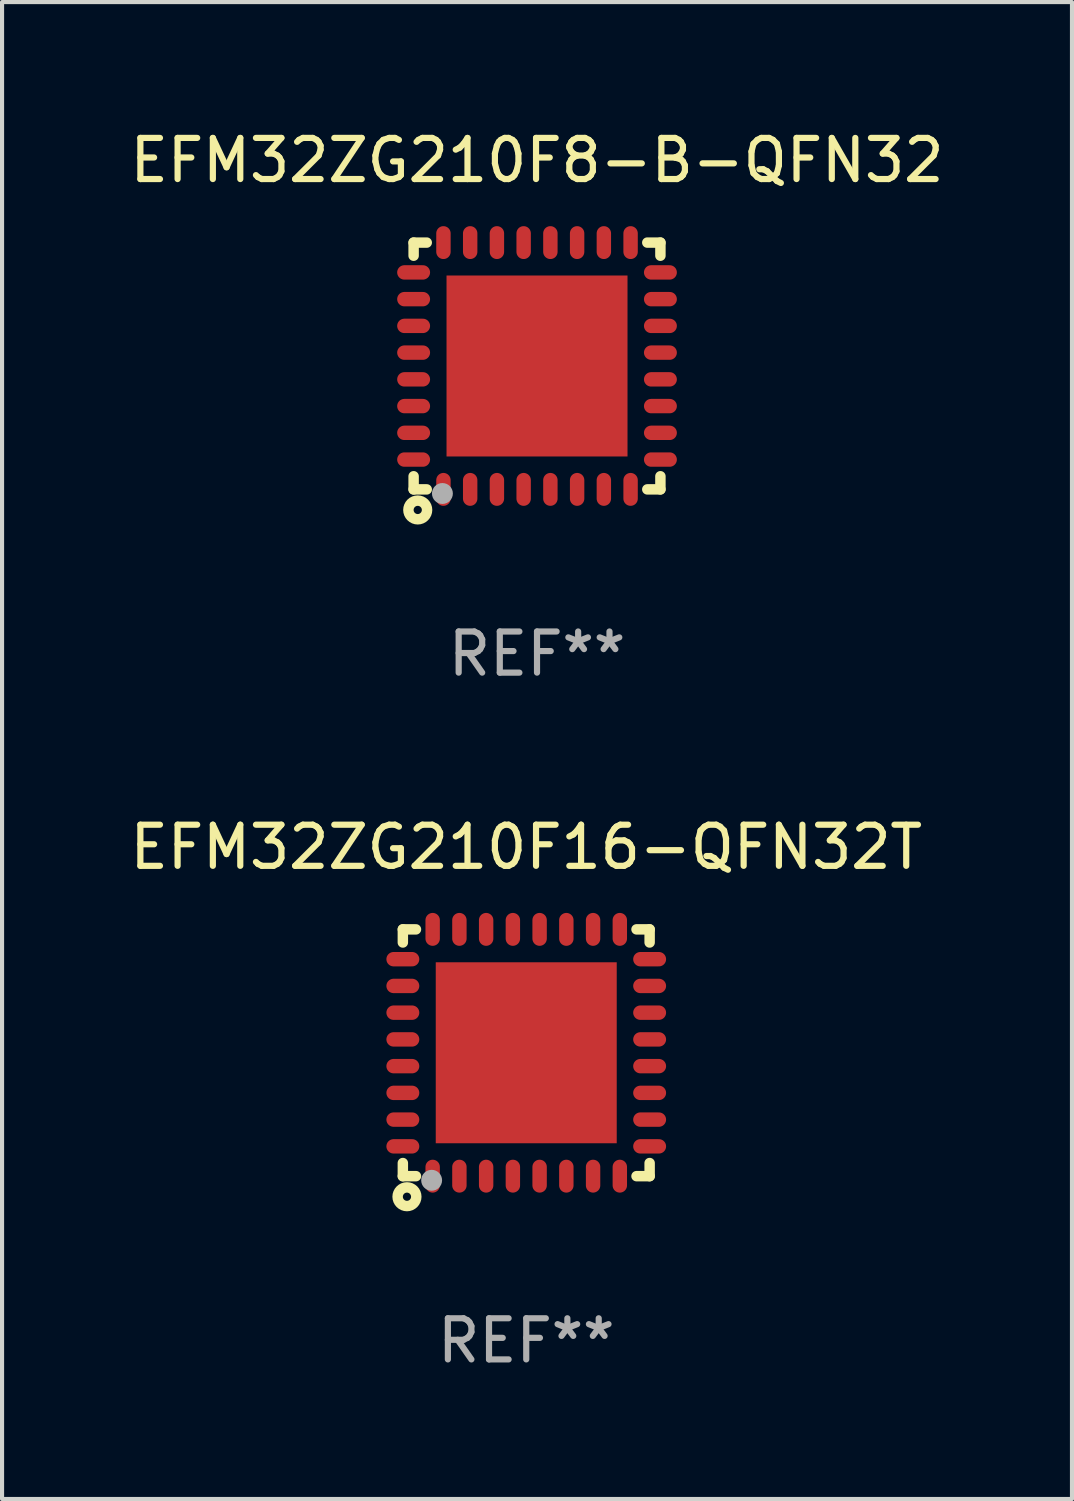
<source format=kicad_pcb>
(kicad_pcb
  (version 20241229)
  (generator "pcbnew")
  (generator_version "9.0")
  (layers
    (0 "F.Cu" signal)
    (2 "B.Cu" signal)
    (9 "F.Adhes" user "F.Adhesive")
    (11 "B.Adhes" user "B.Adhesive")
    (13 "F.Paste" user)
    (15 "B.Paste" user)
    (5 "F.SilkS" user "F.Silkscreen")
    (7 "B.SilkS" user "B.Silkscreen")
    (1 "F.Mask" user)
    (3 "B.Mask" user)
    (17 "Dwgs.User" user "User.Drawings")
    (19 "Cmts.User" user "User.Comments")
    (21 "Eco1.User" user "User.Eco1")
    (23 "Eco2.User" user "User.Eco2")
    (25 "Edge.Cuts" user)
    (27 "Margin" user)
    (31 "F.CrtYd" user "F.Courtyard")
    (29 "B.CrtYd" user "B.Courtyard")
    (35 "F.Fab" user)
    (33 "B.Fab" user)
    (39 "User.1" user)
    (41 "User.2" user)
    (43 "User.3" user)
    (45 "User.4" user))
  (footprint "EFM32ZG210F16-QFN32T"
    (layer "F.Cu")
    (at 9.744 22.545)
    (property "Reference" "EFM32ZG210F16-QFN32T" (at 0 -5 0) (layer "F.SilkS") (effects (font (size 1 1) (thickness 0.15))))
    (attr through_hole)
    (fp_line (start -3 -3) (end -3 -2.681) (stroke (width 0.254) (type solid)) (layer "F.SilkS"))
    (fp_line (start -3 -3) (end -2.681 -3) (stroke (width 0.254) (type solid)) (layer "F.SilkS"))
    (fp_line (start -3 2.681) (end -3 3) (stroke (width 0.254) (type solid)) (layer "F.SilkS"))
    (fp_line (start -3 3) (end -2.681 3) (stroke (width 0.254) (type solid)) (layer "F.SilkS"))
    (fp_line (start 2.681 -3) (end 3 -3) (stroke (width 0.254) (type solid)) (layer "F.SilkS"))
    (fp_line (start 2.681 3) (end 3 3) (stroke (width 0.254) (type solid)) (layer "F.SilkS"))
    (fp_line (start 3 -3) (end 3 -2.681) (stroke (width 0.254) (type solid)) (layer "F.SilkS"))
    (fp_line (start 3 2.681) (end 3 3) (stroke (width 0.254) (type solid)) (layer "F.SilkS"))
    (fp_circle (center -3 3) (end -2.97 3) (stroke (width 0.06) (type solid)) (fill no) (layer "F.SilkS"))
    (fp_circle (center -2.9 3.5) (end -2.8 3.5) (stroke (width 0.254) (type solid)) (fill no) (layer "F.SilkS"))
    (fp_circle (center -2.3 3.1) (end -2.173 3.1) (stroke (width 0.254) (type solid)) (fill no) (layer "F.Fab"))
    (fp_text user "REF**" (at 0 7 0) (layer "F.Fab") (effects (font (size 1 1) (thickness 0.15))))
    (pad "1" smd oval (at -2.275 3 180) (size 0.35 0.8) (layers "F.Cu" "F.Mask" "F.Paste"))
    (pad "2" smd oval (at -1.625 3 180) (size 0.35 0.8) (layers "F.Cu" "F.Mask" "F.Paste"))
    (pad "3" smd oval (at -0.975 3 180) (size 0.35 0.8) (layers "F.Cu" "F.Mask" "F.Paste"))
    (pad "4" smd oval (at -0.325 3 180) (size 0.35 0.8) (layers "F.Cu" "F.Mask" "F.Paste"))
    (pad "5" smd oval (at 0.325 3 180) (size 0.35 0.8) (layers "F.Cu" "F.Mask" "F.Paste"))
    (pad "6" smd oval (at 0.975 3 180) (size 0.35 0.8) (layers "F.Cu" "F.Mask" "F.Paste"))
    (pad "7" smd oval (at 1.625 3 180) (size 0.35 0.8) (layers "F.Cu" "F.Mask" "F.Paste"))
    (pad "8" smd oval (at 2.275 3 180) (size 0.35 0.8) (layers "F.Cu" "F.Mask" "F.Paste"))
    (pad "9" smd oval (at 3 2.275 90) (size 0.35 0.8) (layers "F.Cu" "F.Mask" "F.Paste"))
    (pad "10" smd oval (at 3 1.625 90) (size 0.35 0.8) (layers "F.Cu" "F.Mask" "F.Paste"))
    (pad "11" smd oval (at 3 0.975 90) (size 0.35 0.8) (layers "F.Cu" "F.Mask" "F.Paste"))
    (pad "12" smd oval (at 3 0.325 90) (size 0.35 0.8) (layers "F.Cu" "F.Mask" "F.Paste"))
    (pad "13" smd oval (at 3 -0.325 90) (size 0.35 0.8) (layers "F.Cu" "F.Mask" "F.Paste"))
    (pad "14" smd oval (at 3 -0.975 90) (size 0.35 0.8) (layers "F.Cu" "F.Mask" "F.Paste"))
    (pad "15" smd oval (at 3 -1.625 90) (size 0.35 0.8) (layers "F.Cu" "F.Mask" "F.Paste"))
    (pad "16" smd oval (at 3 -2.275 90) (size 0.35 0.8) (layers "F.Cu" "F.Mask" "F.Paste"))
    (pad "17" smd oval (at 2.275 -3 180) (size 0.35 0.8) (layers "F.Cu" "F.Mask" "F.Paste"))
    (pad "18" smd oval (at 1.625 -3 180) (size 0.35 0.8) (layers "F.Cu" "F.Mask" "F.Paste"))
    (pad "19" smd oval (at 0.975 -3 180) (size 0.35 0.8) (layers "F.Cu" "F.Mask" "F.Paste"))
    (pad "20" smd oval (at 0.325 -3 180) (size 0.35 0.8) (layers "F.Cu" "F.Mask" "F.Paste"))
    (pad "21" smd oval (at -0.325 -3 180) (size 0.35 0.8) (layers "F.Cu" "F.Mask" "F.Paste"))
    (pad "22" smd oval (at -0.975 -3 180) (size 0.35 0.8) (layers "F.Cu" "F.Mask" "F.Paste"))
    (pad "23" smd oval (at -1.625 -3 180) (size 0.35 0.8) (layers "F.Cu" "F.Mask" "F.Paste"))
    (pad "24" smd oval (at -2.275 -3 180) (size 0.35 0.8) (layers "F.Cu" "F.Mask" "F.Paste"))
    (pad "25" smd oval (at -3 -2.275 90) (size 0.35 0.8) (layers "F.Cu" "F.Mask" "F.Paste"))
    (pad "26" smd oval (at -3 -1.625 90) (size 0.35 0.8) (layers "F.Cu" "F.Mask" "F.Paste"))
    (pad "27" smd oval (at -3 -0.975 90) (size 0.35 0.8) (layers "F.Cu" "F.Mask" "F.Paste"))
    (pad "28" smd oval (at -3 -0.325 90) (size 0.35 0.8) (layers "F.Cu" "F.Mask" "F.Paste"))
    (pad "29" smd oval (at -3 0.325 90) (size 0.35 0.8) (layers "F.Cu" "F.Mask" "F.Paste"))
    (pad "30" smd oval (at -3 0.975 90) (size 0.35 0.8) (layers "F.Cu" "F.Mask" "F.Paste"))
    (pad "31" smd oval (at -3 1.625 90) (size 0.35 0.8) (layers "F.Cu" "F.Mask" "F.Paste"))
    (pad "32" smd oval (at -3 2.275 90) (size 0.35 0.8) (layers "F.Cu" "F.Mask" "F.Paste"))
    (pad "33" smd rect (at 0.000038 0.000038 90) (size 4.4 4.4) (layers "F.Cu" "F.Mask" "F.Paste")))
  (footprint "EFM32ZG210F8-B-QFN32"
    (layer "F.Cu")
    (at 10.006 5.848)
    (property "Reference" "EFM32ZG210F8-B-QFN32" (at 0 -5 0) (layer "F.SilkS") (effects (font (size 1 1) (thickness 0.15))))
    (attr through_hole)
    (fp_line (start -3 -3) (end -3 -2.681) (stroke (width 0.254) (type solid)) (layer "F.SilkS"))
    (fp_line (start -3 -3) (end -2.681 -3) (stroke (width 0.254) (type solid)) (layer "F.SilkS"))
    (fp_line (start -3 2.681) (end -3 3) (stroke (width 0.254) (type solid)) (layer "F.SilkS"))
    (fp_line (start -3 3) (end -2.681 3) (stroke (width 0.254) (type solid)) (layer "F.SilkS"))
    (fp_line (start 2.681 -3) (end 3 -3) (stroke (width 0.254) (type solid)) (layer "F.SilkS"))
    (fp_line (start 2.681 3) (end 3 3) (stroke (width 0.254) (type solid)) (layer "F.SilkS"))
    (fp_line (start 3 -3) (end 3 -2.681) (stroke (width 0.254) (type solid)) (layer "F.SilkS"))
    (fp_line (start 3 2.681) (end 3 3) (stroke (width 0.254) (type solid)) (layer "F.SilkS"))
    (fp_circle (center -3 3) (end -2.97 3) (stroke (width 0.06) (type solid)) (fill no) (layer "F.SilkS"))
    (fp_circle (center -2.9 3.5) (end -2.8 3.5) (stroke (width 0.254) (type solid)) (fill no) (layer "F.SilkS"))
    (fp_circle (center -2.3 3.1) (end -2.173 3.1) (stroke (width 0.254) (type solid)) (fill no) (layer "F.Fab"))
    (fp_text user "REF**" (at 0 7 0) (layer "F.Fab") (effects (font (size 1 1) (thickness 0.15))))
    (pad "1" smd oval (at -2.275 3 180) (size 0.35 0.8) (layers "F.Cu" "F.Mask" "F.Paste"))
    (pad "2" smd oval (at -1.625 3 180) (size 0.35 0.8) (layers "F.Cu" "F.Mask" "F.Paste"))
    (pad "3" smd oval (at -0.975 3 180) (size 0.35 0.8) (layers "F.Cu" "F.Mask" "F.Paste"))
    (pad "4" smd oval (at -0.325 3 180) (size 0.35 0.8) (layers "F.Cu" "F.Mask" "F.Paste"))
    (pad "5" smd oval (at 0.325 3 180) (size 0.35 0.8) (layers "F.Cu" "F.Mask" "F.Paste"))
    (pad "6" smd oval (at 0.975 3 180) (size 0.35 0.8) (layers "F.Cu" "F.Mask" "F.Paste"))
    (pad "7" smd oval (at 1.625 3 180) (size 0.35 0.8) (layers "F.Cu" "F.Mask" "F.Paste"))
    (pad "8" smd oval (at 2.275 3 180) (size 0.35 0.8) (layers "F.Cu" "F.Mask" "F.Paste"))
    (pad "9" smd oval (at 3 2.275 90) (size 0.35 0.8) (layers "F.Cu" "F.Mask" "F.Paste"))
    (pad "10" smd oval (at 3 1.625 90) (size 0.35 0.8) (layers "F.Cu" "F.Mask" "F.Paste"))
    (pad "11" smd oval (at 3 0.975 90) (size 0.35 0.8) (layers "F.Cu" "F.Mask" "F.Paste"))
    (pad "12" smd oval (at 3 0.325 90) (size 0.35 0.8) (layers "F.Cu" "F.Mask" "F.Paste"))
    (pad "13" smd oval (at 3 -0.325 90) (size 0.35 0.8) (layers "F.Cu" "F.Mask" "F.Paste"))
    (pad "14" smd oval (at 3 -0.975 90) (size 0.35 0.8) (layers "F.Cu" "F.Mask" "F.Paste"))
    (pad "15" smd oval (at 3 -1.625 90) (size 0.35 0.8) (layers "F.Cu" "F.Mask" "F.Paste"))
    (pad "16" smd oval (at 3 -2.275 90) (size 0.35 0.8) (layers "F.Cu" "F.Mask" "F.Paste"))
    (pad "17" smd oval (at 2.275 -3 180) (size 0.35 0.8) (layers "F.Cu" "F.Mask" "F.Paste"))
    (pad "18" smd oval (at 1.625 -3 180) (size 0.35 0.8) (layers "F.Cu" "F.Mask" "F.Paste"))
    (pad "19" smd oval (at 0.975 -3 180) (size 0.35 0.8) (layers "F.Cu" "F.Mask" "F.Paste"))
    (pad "20" smd oval (at 0.325 -3 180) (size 0.35 0.8) (layers "F.Cu" "F.Mask" "F.Paste"))
    (pad "21" smd oval (at -0.325 -3 180) (size 0.35 0.8) (layers "F.Cu" "F.Mask" "F.Paste"))
    (pad "22" smd oval (at -0.975 -3 180) (size 0.35 0.8) (layers "F.Cu" "F.Mask" "F.Paste"))
    (pad "23" smd oval (at -1.625 -3 180) (size 0.35 0.8) (layers "F.Cu" "F.Mask" "F.Paste"))
    (pad "24" smd oval (at -2.275 -3 180) (size 0.35 0.8) (layers "F.Cu" "F.Mask" "F.Paste"))
    (pad "25" smd oval (at -3 -2.275 90) (size 0.35 0.8) (layers "F.Cu" "F.Mask" "F.Paste"))
    (pad "26" smd oval (at -3 -1.625 90) (size 0.35 0.8) (layers "F.Cu" "F.Mask" "F.Paste"))
    (pad "27" smd oval (at -3 -0.975 90) (size 0.35 0.8) (layers "F.Cu" "F.Mask" "F.Paste"))
    (pad "28" smd oval (at -3 -0.325 90) (size 0.35 0.8) (layers "F.Cu" "F.Mask" "F.Paste"))
    (pad "29" smd oval (at -3 0.325 90) (size 0.35 0.8) (layers "F.Cu" "F.Mask" "F.Paste"))
    (pad "30" smd oval (at -3 0.975 90) (size 0.35 0.8) (layers "F.Cu" "F.Mask" "F.Paste"))
    (pad "31" smd oval (at -3 1.625 90) (size 0.35 0.8) (layers "F.Cu" "F.Mask" "F.Paste"))
    (pad "32" smd oval (at -3 2.275 90) (size 0.35 0.8) (layers "F.Cu" "F.Mask" "F.Paste"))
    (pad "33" smd rect (at 0.000038 0.000038 90) (size 4.4 4.4) (layers "F.Cu" "F.Mask" "F.Paste")))
  (gr_rect
    (start -3 -3)
    (end 23.012 33.393)
    (stroke (width 0.1) (type default))
    (fill no)
    (layer "Edge.Cuts")))
</source>
